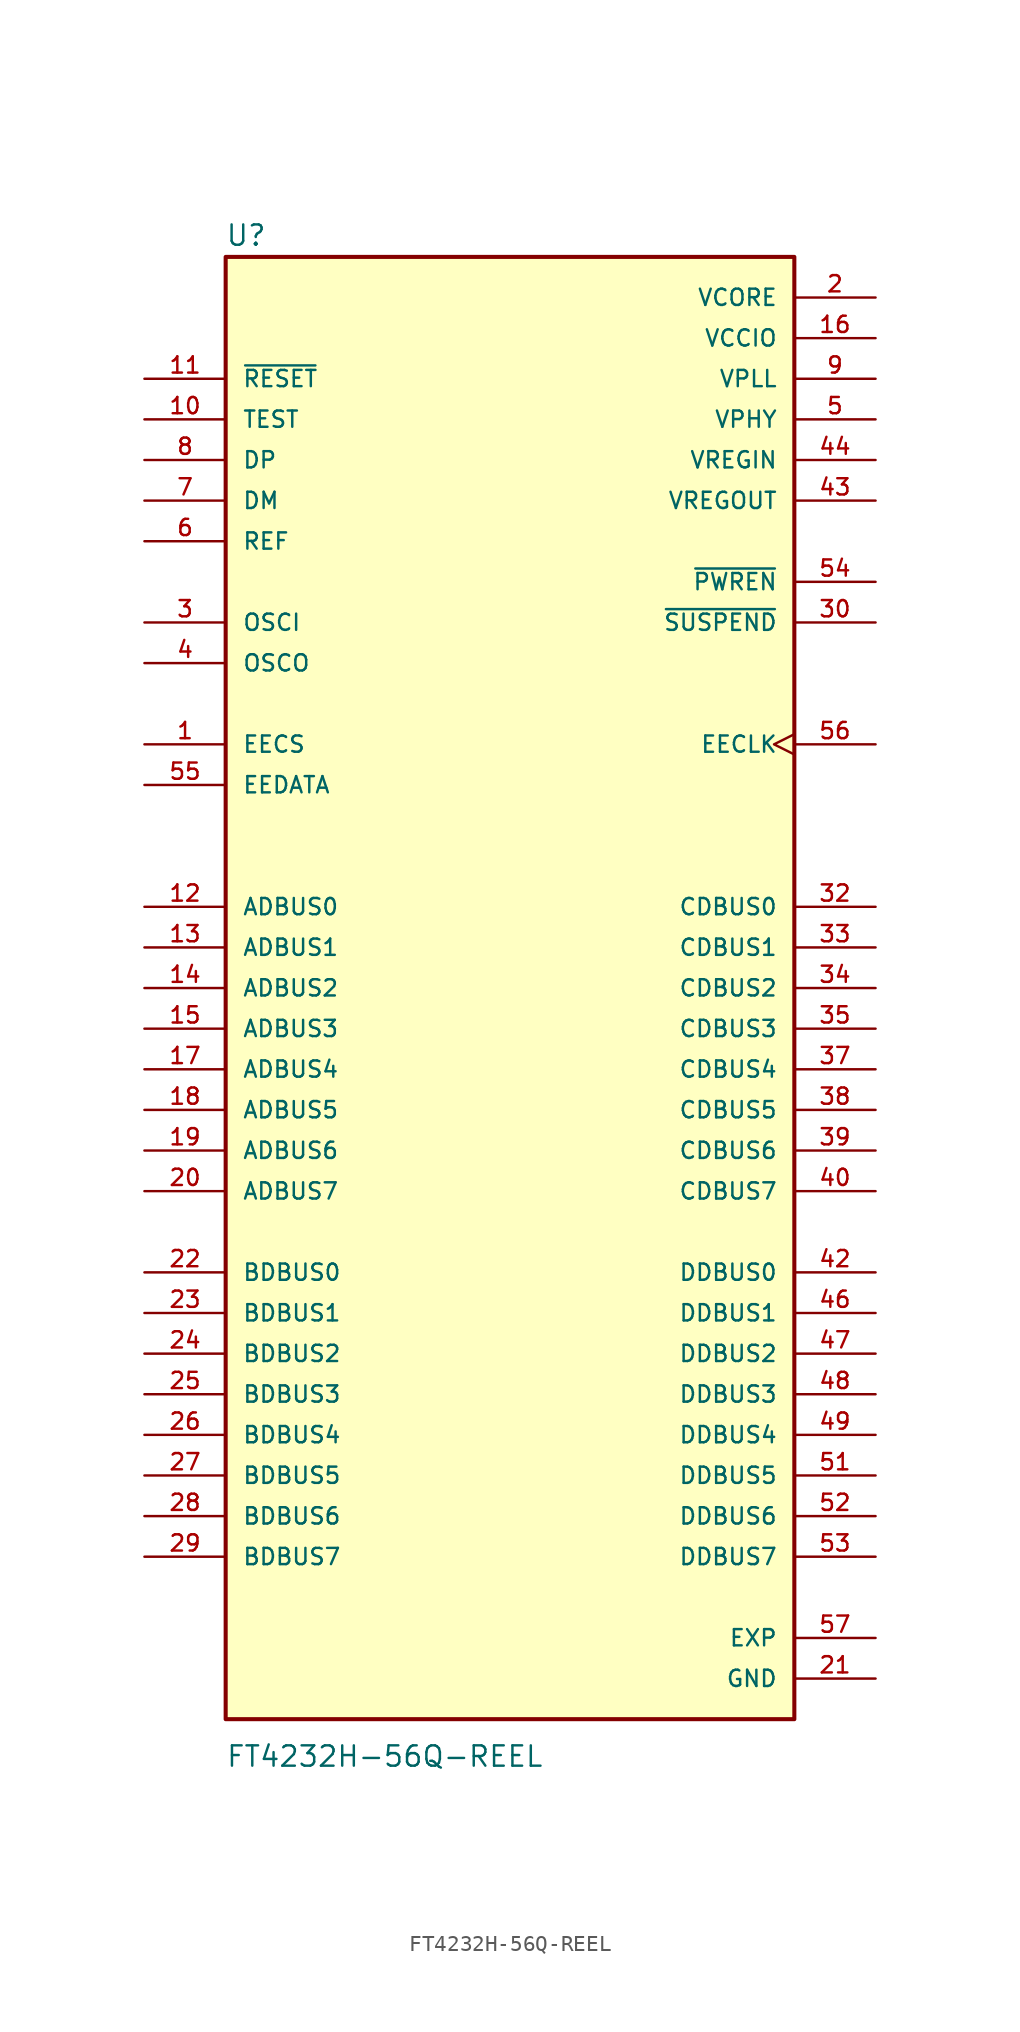
<source format=kicad_sym>
(kicad_symbol_lib
  (version 20211014)
  (generator kicad_symbol_editor)
  (symbol "FT4232H-56Q-REEL"
    (pin_names
      (offset 1.016))
    (property "Reference" "U"
      (at -17.811 51.398 0)
      (effects (font (size 1.27 1.27)) (justify bottom left)))
    (property "Value" "FT4232H-56Q-REEL"
      (at -17.788 -43.709 0)
      (effects (font (size 1.27 1.27)) (justify bottom left)))
    (symbol "FT4232H-56Q-REEL_0_0"
      (rectangle (start -17.78 -40.64) (end 17.78 50.8) (stroke (width 0.254)) (fill (type background)))
      (pin bidirectional line (at -22.86 10.16 0) (length 5.08) (name "ADBUS0" (effects (font (size 1.016 1.016)))) (number "12" (effects (font (size 1.016 1.016)))))
      (pin bidirectional line (at -22.86 7.62 0) (length 5.08) (name "ADBUS1" (effects (font (size 1.016 1.016)))) (number "13" (effects (font (size 1.016 1.016)))))
      (pin bidirectional line (at -22.86 5.08 0) (length 5.08) (name "ADBUS2" (effects (font (size 1.016 1.016)))) (number "14" (effects (font (size 1.016 1.016)))))
      (pin bidirectional line (at -22.86 2.54 0) (length 5.08) (name "ADBUS3" (effects (font (size 1.016 1.016)))) (number "15" (effects (font (size 1.016 1.016)))))
      (pin bidirectional line (at -22.86 0.0 0) (length 5.08) (name "ADBUS4" (effects (font (size 1.016 1.016)))) (number "17" (effects (font (size 1.016 1.016)))))
      (pin bidirectional line (at -22.86 -2.54 0) (length 5.08) (name "ADBUS5" (effects (font (size 1.016 1.016)))) (number "18" (effects (font (size 1.016 1.016)))))
      (pin bidirectional line (at -22.86 -5.08 0) (length 5.08) (name "ADBUS6" (effects (font (size 1.016 1.016)))) (number "19" (effects (font (size 1.016 1.016)))))
      (pin bidirectional line (at -22.86 -7.62 0) (length 5.08) (name "ADBUS7" (effects (font (size 1.016 1.016)))) (number "20" (effects (font (size 1.016 1.016)))))
      (pin bidirectional line (at -22.86 -12.7 0) (length 5.08) (name "BDBUS0" (effects (font (size 1.016 1.016)))) (number "22" (effects (font (size 1.016 1.016)))))
      (pin bidirectional line (at -22.86 -15.24 0) (length 5.08) (name "BDBUS1" (effects (font (size 1.016 1.016)))) (number "23" (effects (font (size 1.016 1.016)))))
      (pin bidirectional line (at -22.86 -17.78 0) (length 5.08) (name "BDBUS2" (effects (font (size 1.016 1.016)))) (number "24" (effects (font (size 1.016 1.016)))))
      (pin bidirectional line (at -22.86 -20.32 0) (length 5.08) (name "BDBUS3" (effects (font (size 1.016 1.016)))) (number "25" (effects (font (size 1.016 1.016)))))
      (pin bidirectional line (at -22.86 -22.86 0) (length 5.08) (name "BDBUS4" (effects (font (size 1.016 1.016)))) (number "26" (effects (font (size 1.016 1.016)))))
      (pin bidirectional line (at -22.86 -25.4 0) (length 5.08) (name "BDBUS5" (effects (font (size 1.016 1.016)))) (number "27" (effects (font (size 1.016 1.016)))))
      (pin bidirectional line (at -22.86 -27.94 0) (length 5.08) (name "BDBUS6" (effects (font (size 1.016 1.016)))) (number "28" (effects (font (size 1.016 1.016)))))
      (pin bidirectional line (at -22.86 -30.48 0) (length 5.08) (name "BDBUS7" (effects (font (size 1.016 1.016)))) (number "29" (effects (font (size 1.016 1.016)))))
      (pin bidirectional line (at 22.86 10.16 180.0) (length 5.08) (name "CDBUS0" (effects (font (size 1.016 1.016)))) (number "32" (effects (font (size 1.016 1.016)))))
      (pin bidirectional line (at 22.86 7.62 180.0) (length 5.08) (name "CDBUS1" (effects (font (size 1.016 1.016)))) (number "33" (effects (font (size 1.016 1.016)))))
      (pin bidirectional line (at 22.86 5.08 180.0) (length 5.08) (name "CDBUS2" (effects (font (size 1.016 1.016)))) (number "34" (effects (font (size 1.016 1.016)))))
      (pin bidirectional line (at 22.86 2.54 180.0) (length 5.08) (name "CDBUS3" (effects (font (size 1.016 1.016)))) (number "35" (effects (font (size 1.016 1.016)))))
      (pin bidirectional line (at 22.86 0.0 180.0) (length 5.08) (name "CDBUS4" (effects (font (size 1.016 1.016)))) (number "37" (effects (font (size 1.016 1.016)))))
      (pin bidirectional line (at 22.86 -2.54 180.0) (length 5.08) (name "CDBUS5" (effects (font (size 1.016 1.016)))) (number "38" (effects (font (size 1.016 1.016)))))
      (pin bidirectional line (at 22.86 -5.08 180.0) (length 5.08) (name "CDBUS6" (effects (font (size 1.016 1.016)))) (number "39" (effects (font (size 1.016 1.016)))))
      (pin bidirectional line (at 22.86 -7.62 180.0) (length 5.08) (name "CDBUS7" (effects (font (size 1.016 1.016)))) (number "40" (effects (font (size 1.016 1.016)))))
      (pin bidirectional line (at 22.86 -12.7 180.0) (length 5.08) (name "DDBUS0" (effects (font (size 1.016 1.016)))) (number "42" (effects (font (size 1.016 1.016)))))
      (pin bidirectional line (at 22.86 -15.24 180.0) (length 5.08) (name "DDBUS1" (effects (font (size 1.016 1.016)))) (number "46" (effects (font (size 1.016 1.016)))))
      (pin bidirectional line (at 22.86 -17.78 180.0) (length 5.08) (name "DDBUS2" (effects (font (size 1.016 1.016)))) (number "47" (effects (font (size 1.016 1.016)))))
      (pin bidirectional line (at 22.86 -20.32 180.0) (length 5.08) (name "DDBUS3" (effects (font (size 1.016 1.016)))) (number "48" (effects (font (size 1.016 1.016)))))
      (pin bidirectional line (at 22.86 -22.86 180.0) (length 5.08) (name "DDBUS4" (effects (font (size 1.016 1.016)))) (number "49" (effects (font (size 1.016 1.016)))))
      (pin bidirectional line (at 22.86 -25.4 180.0) (length 5.08) (name "DDBUS5" (effects (font (size 1.016 1.016)))) (number "51" (effects (font (size 1.016 1.016)))))
      (pin bidirectional line (at 22.86 -27.94 180.0) (length 5.08) (name "DDBUS6" (effects (font (size 1.016 1.016)))) (number "52" (effects (font (size 1.016 1.016)))))
      (pin bidirectional line (at 22.86 -30.48 180.0) (length 5.08) (name "DDBUS7" (effects (font (size 1.016 1.016)))) (number "53" (effects (font (size 1.016 1.016)))))
      (pin power_in line (at 22.86 48.26 180.0) (length 5.08) (name "VCORE" (effects (font (size 1.016 1.016)))) (number "2" (effects (font (size 1.016 1.016)))))
      (pin power_in line (at 22.86 48.26 180.0) (length 5.08) hide (name "VCORE" (effects (font (size 1.016 1.016)))) (number "31" (effects (font (size 1.016 1.016)))))
      (pin power_in line (at 22.86 45.72 180.0) (length 5.08) (name "VCCIO" (effects (font (size 1.016 1.016)))) (number "16" (effects (font (size 1.016 1.016)))))
      (pin power_in line (at 22.86 45.72 180.0) (length 5.08) hide (name "VCCIO" (effects (font (size 1.016 1.016)))) (number "36" (effects (font (size 1.016 1.016)))))
      (pin power_in line (at 22.86 45.72 180.0) (length 5.08) hide (name "VCCIO" (effects (font (size 1.016 1.016)))) (number "50" (effects (font (size 1.016 1.016)))))
      (pin power_in line (at 22.86 43.18 180.0) (length 5.08) (name "VPLL" (effects (font (size 1.016 1.016)))) (number "9" (effects (font (size 1.016 1.016)))))
      (pin power_in line (at 22.86 40.64 180.0) (length 5.08) (name "VPHY" (effects (font (size 1.016 1.016)))) (number "5" (effects (font (size 1.016 1.016)))))
      (pin power_in line (at 22.86 38.1 180.0) (length 5.08) (name "VREGIN" (effects (font (size 1.016 1.016)))) (number "44" (effects (font (size 1.016 1.016)))))
      (pin power_in line (at 22.86 35.56 180.0) (length 5.08) (name "VREGOUT" (effects (font (size 1.016 1.016)))) (number "43" (effects (font (size 1.016 1.016)))))
      (pin power_in line (at 22.86 -38.1 180.0) (length 5.08) (name "GND" (effects (font (size 1.016 1.016)))) (number "21" (effects (font (size 1.016 1.016)))))
      (pin power_in line (at 22.86 -38.1 180.0) (length 5.08) hide (name "GND" (effects (font (size 1.016 1.016)))) (number "41" (effects (font (size 1.016 1.016)))))
      (pin power_in line (at 22.86 -38.1 180.0) (length 5.08) hide (name "GND" (effects (font (size 1.016 1.016)))) (number "45" (effects (font (size 1.016 1.016)))))
      (pin power_in line (at 22.86 -35.56 180.0) (length 5.08) (name "EXP" (effects (font (size 1.016 1.016)))) (number "57" (effects (font (size 1.016 1.016)))))
      (pin bidirectional line (at -22.86 17.78 0) (length 5.08) (name "EEDATA" (effects (font (size 1.016 1.016)))) (number "55" (effects (font (size 1.016 1.016)))))
      (pin bidirectional line (at -22.86 20.32 0) (length 5.08) (name "EECS" (effects (font (size 1.016 1.016)))) (number "1" (effects (font (size 1.016 1.016)))))
      (pin output clock (at 22.86 20.32 180.0) (length 5.08) (name "EECLK" (effects (font (size 1.016 1.016)))) (number "56" (effects (font (size 1.016 1.016)))))
      (pin input line (at -22.86 27.94 0) (length 5.08) (name "OSCI" (effects (font (size 1.016 1.016)))) (number "3" (effects (font (size 1.016 1.016)))))
      (pin input line (at -22.86 33.02 0) (length 5.08) (name "REF" (effects (font (size 1.016 1.016)))) (number "6" (effects (font (size 1.016 1.016)))))
      (pin input line (at -22.86 35.56 0) (length 5.08) (name "DM" (effects (font (size 1.016 1.016)))) (number "7" (effects (font (size 1.016 1.016)))))
      (pin input line (at -22.86 38.1 0) (length 5.08) (name "DP" (effects (font (size 1.016 1.016)))) (number "8" (effects (font (size 1.016 1.016)))))
      (pin input line (at -22.86 40.64 0) (length 5.08) (name "TEST" (effects (font (size 1.016 1.016)))) (number "10" (effects (font (size 1.016 1.016)))))
      (pin input line (at -22.86 43.18 0) (length 5.08) (name "~{RESET}" (effects (font (size 1.016 1.016)))) (number "11" (effects (font (size 1.016 1.016)))))
      (pin output line (at 22.86 30.48 180.0) (length 5.08) (name "~{PWREN}" (effects (font (size 1.016 1.016)))) (number "54" (effects (font (size 1.016 1.016)))))
      (pin output line (at 22.86 27.94 180.0) (length 5.08) (name "~{SUSPEND}" (effects (font (size 1.016 1.016)))) (number "30" (effects (font (size 1.016 1.016)))))
      (pin output line (at -22.86 25.4 0) (length 5.08) (name "OSCO" (effects (font (size 1.016 1.016)))) (number "4" (effects (font (size 1.016 1.016))))))))
</source>
